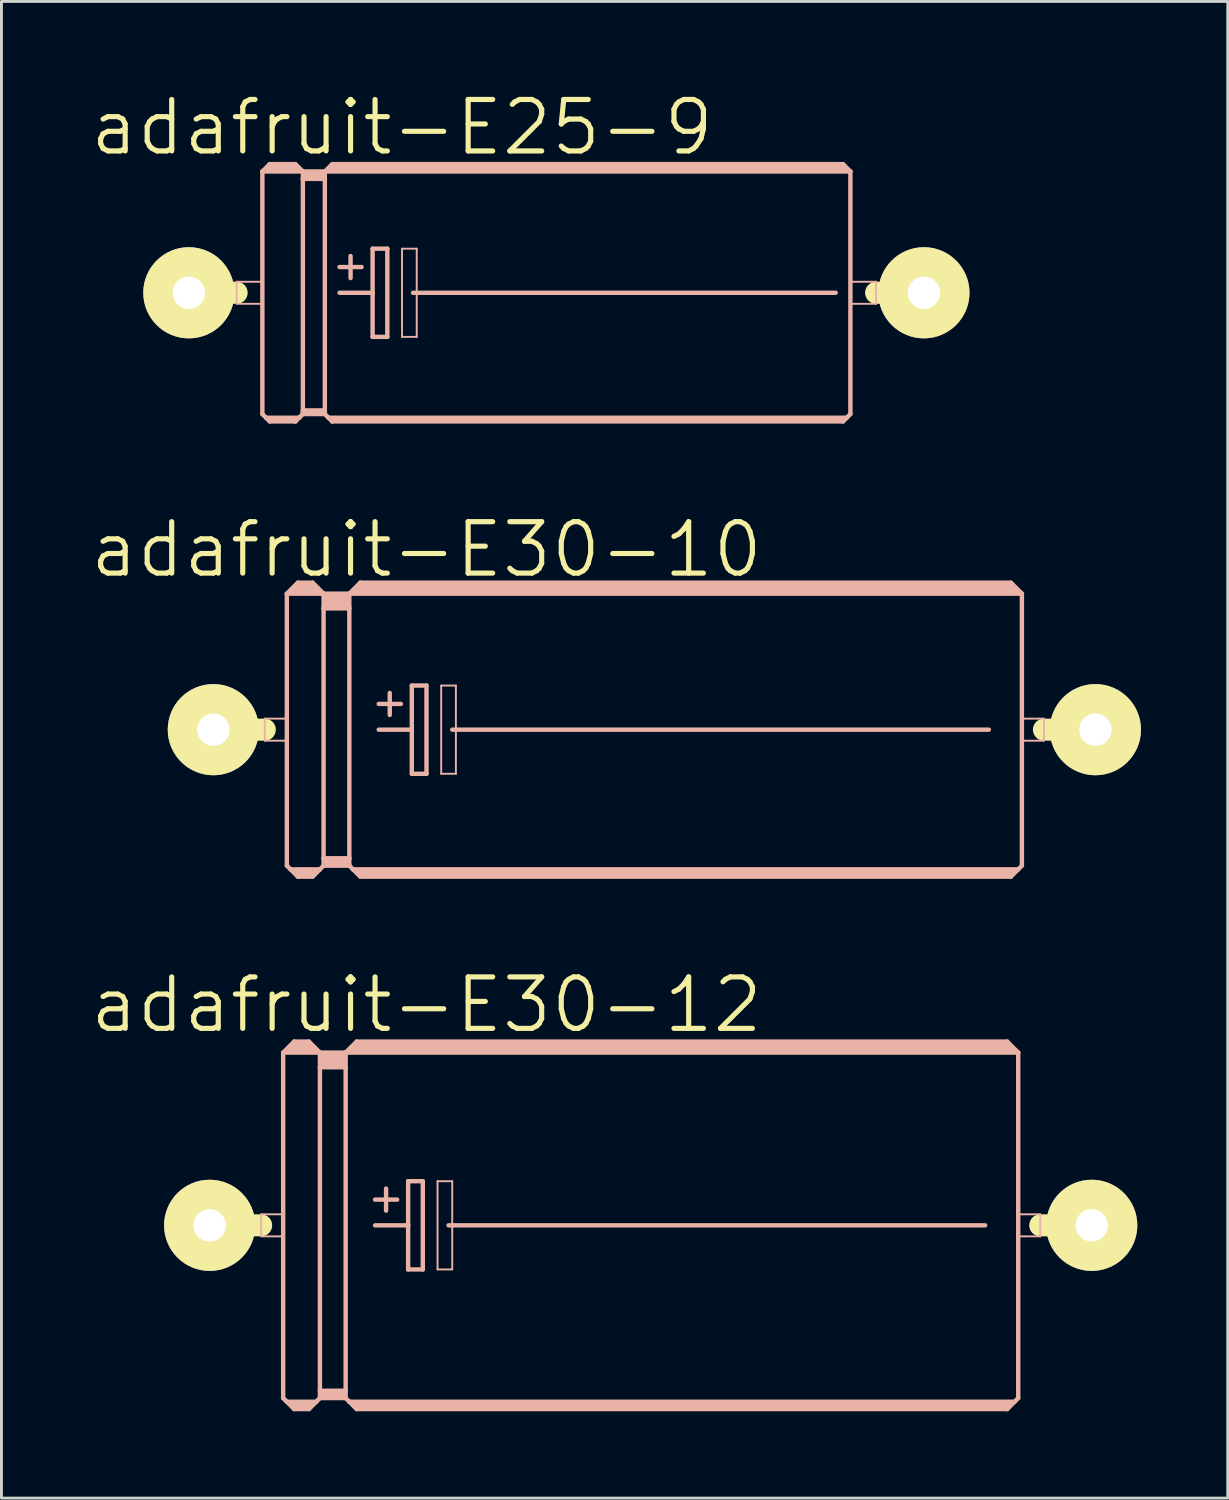
<source format=kicad_pcb>
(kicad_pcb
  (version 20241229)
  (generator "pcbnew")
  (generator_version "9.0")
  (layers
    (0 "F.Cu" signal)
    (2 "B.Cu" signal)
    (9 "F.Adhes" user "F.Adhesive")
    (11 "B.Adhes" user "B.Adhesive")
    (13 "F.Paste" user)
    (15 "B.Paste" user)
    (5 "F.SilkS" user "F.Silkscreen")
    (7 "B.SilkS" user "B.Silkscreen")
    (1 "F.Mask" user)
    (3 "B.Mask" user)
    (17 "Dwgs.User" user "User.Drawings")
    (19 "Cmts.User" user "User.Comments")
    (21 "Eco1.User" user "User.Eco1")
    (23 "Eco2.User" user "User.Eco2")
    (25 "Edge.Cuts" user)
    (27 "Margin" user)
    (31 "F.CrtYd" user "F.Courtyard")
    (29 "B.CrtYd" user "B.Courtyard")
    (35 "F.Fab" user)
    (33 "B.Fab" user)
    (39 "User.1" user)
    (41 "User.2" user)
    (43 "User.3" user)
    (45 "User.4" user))
  (footprint "adafruit-E30-10"
    (layer "F.Cu")
    (at 19.562 22.164)
    (property "Reference" "adafruit-E30-10" (at -7.874 -6.223 0) (layer "F.SilkS") (effects (font (size 1.778 1.778) (thickness 0.178))))
    (attr exclude_from_pos_files exclude_from_bom)
    (fp_line (start -15.24 0) (end -13.462 0) (stroke (width 0.762) (type solid)) (layer "F.SilkS"))
    (fp_line (start 15.24 0) (end 13.462 0) (stroke (width 0.762) (type solid)) (layer "F.SilkS"))
    (fp_line (start -13.462 -0.381) (end -12.7 -0.381) (stroke (width 0.066) (type solid)) (layer "B.SilkS"))
    (fp_line (start -13.462 0.381) (end -13.462 -0.381) (stroke (width 0.066) (type solid)) (layer "B.SilkS"))
    (fp_line (start -13.462 0.381) (end -12.7 0.381) (stroke (width 0.066) (type solid)) (layer "B.SilkS"))
    (fp_line (start -12.7 -4.699) (end -12.7 4.699) (stroke (width 0.152) (type solid)) (layer "B.SilkS"))
    (fp_line (start -12.7 -4.699) (end -12.319 -5.08) (stroke (width 0.152) (type solid)) (layer "B.SilkS"))
    (fp_line (start -12.7 -4.699) (end -11.43 -4.699) (stroke (width 0.152) (type solid)) (layer "B.SilkS"))
    (fp_line (start -12.7 0.381) (end -12.7 -0.381) (stroke (width 0.066) (type solid)) (layer "B.SilkS"))
    (fp_line (start -12.7 4.699) (end -12.573 4.826) (stroke (width 0.152) (type solid)) (layer "B.SilkS"))
    (fp_line (start -12.573 4.826) (end -12.319 5.08) (stroke (width 0.152) (type solid)) (layer "B.SilkS"))
    (fp_line (start -12.573 4.826) (end -11.557 4.826) (stroke (width 0.152) (type solid)) (layer "B.SilkS"))
    (fp_line (start -12.446 -4.826) (end -11.684 -4.826) (stroke (width 0.305) (type solid)) (layer "B.SilkS"))
    (fp_line (start -12.319 -5.08) (end -11.811 -5.08) (stroke (width 0.152) (type solid)) (layer "B.SilkS"))
    (fp_line (start -12.319 -4.953) (end -11.811 -4.953) (stroke (width 0.305) (type solid)) (layer "B.SilkS"))
    (fp_line (start -12.319 4.953) (end -11.811 4.953) (stroke (width 0.305) (type solid)) (layer "B.SilkS"))
    (fp_line (start -12.319 5.08) (end -11.811 5.08) (stroke (width 0.152) (type solid)) (layer "B.SilkS"))
    (fp_line (start -11.557 4.826) (end -11.811 5.08) (stroke (width 0.152) (type solid)) (layer "B.SilkS"))
    (fp_line (start -11.43 -4.699) (end -11.811 -5.08) (stroke (width 0.152) (type solid)) (layer "B.SilkS"))
    (fp_line (start -11.43 -4.699) (end -11.43 -4.191) (stroke (width 0.152) (type solid)) (layer "B.SilkS"))
    (fp_line (start -11.43 -4.699) (end -10.541 -4.699) (stroke (width 0.152) (type solid)) (layer "B.SilkS"))
    (fp_line (start -11.43 -4.191) (end -11.43 4.445) (stroke (width 0.152) (type solid)) (layer "B.SilkS"))
    (fp_line (start -11.43 -4.191) (end -10.541 -4.191) (stroke (width 0.152) (type solid)) (layer "B.SilkS"))
    (fp_line (start -11.43 4.445) (end -11.43 4.699) (stroke (width 0.152) (type solid)) (layer "B.SilkS"))
    (fp_line (start -11.43 4.445) (end -10.541 4.445) (stroke (width 0.152) (type solid)) (layer "B.SilkS"))
    (fp_line (start -11.43 4.699) (end -11.557 4.826) (stroke (width 0.152) (type solid)) (layer "B.SilkS"))
    (fp_line (start -11.43 4.699) (end -10.541 4.699) (stroke (width 0.152) (type solid)) (layer "B.SilkS"))
    (fp_line (start -11.303 -4.572) (end -10.668 -4.572) (stroke (width 0.305) (type solid)) (layer "B.SilkS"))
    (fp_line (start -11.303 -4.318) (end -10.668 -4.318) (stroke (width 0.305) (type solid)) (layer "B.SilkS"))
    (fp_line (start -11.303 4.572) (end -10.668 4.572) (stroke (width 0.305) (type solid)) (layer "B.SilkS"))
    (fp_line (start -10.541 -4.699) (end -10.541 -4.191) (stroke (width 0.152) (type solid)) (layer "B.SilkS"))
    (fp_line (start -10.541 -4.699) (end -10.16 -5.08) (stroke (width 0.152) (type solid)) (layer "B.SilkS"))
    (fp_line (start -10.541 -4.699) (end 12.7 -4.699) (stroke (width 0.152) (type solid)) (layer "B.SilkS"))
    (fp_line (start -10.541 -4.191) (end -10.541 4.445) (stroke (width 0.152) (type solid)) (layer "B.SilkS"))
    (fp_line (start -10.541 4.445) (end -10.541 4.699) (stroke (width 0.152) (type solid)) (layer "B.SilkS"))
    (fp_line (start -10.414 4.826) (end -10.541 4.699) (stroke (width 0.152) (type solid)) (layer "B.SilkS"))
    (fp_line (start -10.414 4.826) (end 12.573 4.826) (stroke (width 0.152) (type solid)) (layer "B.SilkS"))
    (fp_line (start -10.287 -4.826) (end 12.446 -4.826) (stroke (width 0.305) (type solid)) (layer "B.SilkS"))
    (fp_line (start -10.16 -4.953) (end 12.319 -4.953) (stroke (width 0.305) (type solid)) (layer "B.SilkS"))
    (fp_line (start -10.16 4.953) (end 12.319 4.953) (stroke (width 0.305) (type solid)) (layer "B.SilkS"))
    (fp_line (start -10.16 5.08) (end -10.414 4.826) (stroke (width 0.152) (type solid)) (layer "B.SilkS"))
    (fp_line (start -9.525 -0.889) (end -8.76 -0.889) (stroke (width 0.152) (type solid)) (layer "B.SilkS"))
    (fp_line (start -9.525 0) (end -8.382 0) (stroke (width 0.152) (type solid)) (layer "B.SilkS"))
    (fp_line (start -9.144 -1.27) (end -9.144 -0.508) (stroke (width 0.152) (type solid)) (layer "B.SilkS"))
    (fp_line (start -8.382 -1.524) (end -8.382 0) (stroke (width 0.152) (type solid)) (layer "B.SilkS"))
    (fp_line (start -8.382 0) (end -8.382 1.524) (stroke (width 0.152) (type solid)) (layer "B.SilkS"))
    (fp_line (start -8.382 1.524) (end -7.874 1.524) (stroke (width 0.152) (type solid)) (layer "B.SilkS"))
    (fp_line (start -7.874 -1.524) (end -8.382 -1.524) (stroke (width 0.152) (type solid)) (layer "B.SilkS"))
    (fp_line (start -7.874 1.524) (end -7.874 -1.524) (stroke (width 0.152) (type solid)) (layer "B.SilkS"))
    (fp_line (start -7.366 -1.524) (end -6.858 -1.524) (stroke (width 0.066) (type solid)) (layer "B.SilkS"))
    (fp_line (start -7.366 1.524) (end -7.366 -1.524) (stroke (width 0.066) (type solid)) (layer "B.SilkS"))
    (fp_line (start -7.366 1.524) (end -6.858 1.524) (stroke (width 0.066) (type solid)) (layer "B.SilkS"))
    (fp_line (start -6.985 0) (end 11.557 0) (stroke (width 0.152) (type solid)) (layer "B.SilkS"))
    (fp_line (start -6.858 1.524) (end -6.858 -1.524) (stroke (width 0.066) (type solid)) (layer "B.SilkS"))
    (fp_line (start 12.319 -5.08) (end -10.16 -5.08) (stroke (width 0.152) (type solid)) (layer "B.SilkS"))
    (fp_line (start 12.319 5.08) (end -10.16 5.08) (stroke (width 0.152) (type solid)) (layer "B.SilkS"))
    (fp_line (start 12.573 4.826) (end 12.319 5.08) (stroke (width 0.152) (type solid)) (layer "B.SilkS"))
    (fp_line (start 12.7 -4.699) (end 12.319 -5.08) (stroke (width 0.152) (type solid)) (layer "B.SilkS"))
    (fp_line (start 12.7 -4.699) (end 12.7 4.699) (stroke (width 0.152) (type solid)) (layer "B.SilkS"))
    (fp_line (start 12.7 -0.381) (end 13.462 -0.381) (stroke (width 0.066) (type solid)) (layer "B.SilkS"))
    (fp_line (start 12.7 0.381) (end 12.7 -0.381) (stroke (width 0.066) (type solid)) (layer "B.SilkS"))
    (fp_line (start 12.7 0.381) (end 13.462 0.381) (stroke (width 0.066) (type solid)) (layer "B.SilkS"))
    (fp_line (start 12.7 4.699) (end 12.573 4.826) (stroke (width 0.152) (type solid)) (layer "B.SilkS"))
    (fp_line (start 13.462 0.381) (end 13.462 -0.381) (stroke (width 0.066) (type solid)) (layer "B.SilkS"))
    (pad "+" thru_hole circle (at -15.24 0) (size 3.15 3.15) (drill 1.118) (layers "*.Cu" "F.Mask" "F.SilkS" "F.Paste"))
    (pad "-" thru_hole circle (at 15.24 0) (size 3.15 3.15) (drill 1.118) (layers "*.Cu" "F.Mask" "F.SilkS" "F.Paste")))
  (footprint "adafruit-E25-9"
    (layer "F.Cu")
    (at 16.176 7.067)
    (property "Reference" "adafruit-E25-9" (at -5.334 -5.715 0) (layer "F.SilkS") (effects (font (size 1.778 1.778) (thickness 0.178))))
    (attr exclude_from_pos_files exclude_from_bom)
    (fp_line (start -12.7 0) (end -11.049 0) (stroke (width 0.762) (type solid)) (layer "F.SilkS"))
    (fp_line (start 12.7 0) (end 11.049 0) (stroke (width 0.762) (type solid)) (layer "F.SilkS"))
    (fp_line (start -11.049 -0.381) (end -10.16 -0.381) (stroke (width 0.066) (type solid)) (layer "B.SilkS"))
    (fp_line (start -11.049 0.381) (end -11.049 -0.381) (stroke (width 0.066) (type solid)) (layer "B.SilkS"))
    (fp_line (start -11.049 0.381) (end -10.16 0.381) (stroke (width 0.066) (type solid)) (layer "B.SilkS"))
    (fp_line (start -10.16 -4.191) (end -10.16 4.191) (stroke (width 0.152) (type solid)) (layer "B.SilkS"))
    (fp_line (start -10.16 -4.191) (end -9.906 -4.445) (stroke (width 0.152) (type solid)) (layer "B.SilkS"))
    (fp_line (start -10.16 -4.191) (end -8.76 -4.191) (stroke (width 0.152) (type solid)) (layer "B.SilkS"))
    (fp_line (start -10.16 0.381) (end -10.16 -0.381) (stroke (width 0.066) (type solid)) (layer "B.SilkS"))
    (fp_line (start -10.16 4.191) (end -10.033 4.318) (stroke (width 0.152) (type solid)) (layer "B.SilkS"))
    (fp_line (start -10.033 4.318) (end -9.906 4.445) (stroke (width 0.152) (type solid)) (layer "B.SilkS"))
    (fp_line (start -10.033 4.318) (end -8.89 4.318) (stroke (width 0.152) (type solid)) (layer "B.SilkS"))
    (fp_line (start -9.906 -4.445) (end -9.017 -4.445) (stroke (width 0.152) (type solid)) (layer "B.SilkS"))
    (fp_line (start -9.906 -4.318) (end -9.017 -4.318) (stroke (width 0.305) (type solid)) (layer "B.SilkS"))
    (fp_line (start -9.906 4.392) (end -9.017 4.392) (stroke (width 0.152) (type solid)) (layer "B.SilkS"))
    (fp_line (start -9.906 4.445) (end -9.017 4.445) (stroke (width 0.152) (type solid)) (layer "B.SilkS"))
    (fp_line (start -9.017 -4.445) (end -8.76 -4.191) (stroke (width 0.152) (type solid)) (layer "B.SilkS"))
    (fp_line (start -9.017 4.392) (end -9.017 4.445) (stroke (width 0.152) (type solid)) (layer "B.SilkS"))
    (fp_line (start -9.017 4.445) (end -8.89 4.318) (stroke (width 0.152) (type solid)) (layer "B.SilkS"))
    (fp_line (start -8.89 4.318) (end -8.76 4.191) (stroke (width 0.152) (type solid)) (layer "B.SilkS"))
    (fp_line (start -8.76 -4.191) (end -8.76 -3.937) (stroke (width 0.152) (type solid)) (layer "B.SilkS"))
    (fp_line (start -8.76 -3.937) (end -8.001 -3.937) (stroke (width 0.152) (type solid)) (layer "B.SilkS"))
    (fp_line (start -8.76 4.064) (end -8.76 -3.937) (stroke (width 0.152) (type solid)) (layer "B.SilkS"))
    (fp_line (start -8.76 4.064) (end -8.001 4.064) (stroke (width 0.152) (type solid)) (layer "B.SilkS"))
    (fp_line (start -8.76 4.14) (end -8.76 4.064) (stroke (width 0.152) (type solid)) (layer "B.SilkS"))
    (fp_line (start -8.76 4.14) (end -8.001 4.14) (stroke (width 0.152) (type solid)) (layer "B.SilkS"))
    (fp_line (start -8.76 4.191) (end -8.76 4.14) (stroke (width 0.152) (type solid)) (layer "B.SilkS"))
    (fp_line (start -8.636 -4.064) (end -8.128 -4.064) (stroke (width 0.305) (type solid)) (layer "B.SilkS"))
    (fp_line (start -8.001 -4.191) (end -8.76 -4.191) (stroke (width 0.152) (type solid)) (layer "B.SilkS"))
    (fp_line (start -8.001 -4.191) (end -8.001 -3.937) (stroke (width 0.152) (type solid)) (layer "B.SilkS"))
    (fp_line (start -8.001 -4.191) (end 10.16 -4.191) (stroke (width 0.152) (type solid)) (layer "B.SilkS"))
    (fp_line (start -8.001 4.064) (end -8.001 -3.937) (stroke (width 0.152) (type solid)) (layer "B.SilkS"))
    (fp_line (start -8.001 4.14) (end -8.001 4.064) (stroke (width 0.152) (type solid)) (layer "B.SilkS"))
    (fp_line (start -8.001 4.191) (end -8.76 4.191) (stroke (width 0.152) (type solid)) (layer "B.SilkS"))
    (fp_line (start -8.001 4.191) (end -8.001 4.14) (stroke (width 0.152) (type solid)) (layer "B.SilkS"))
    (fp_line (start -7.874 4.318) (end -8.001 4.191) (stroke (width 0.152) (type solid)) (layer "B.SilkS"))
    (fp_line (start -7.874 4.318) (end 10.033 4.318) (stroke (width 0.152) (type solid)) (layer "B.SilkS"))
    (fp_line (start -7.747 -4.445) (end -8.001 -4.191) (stroke (width 0.152) (type solid)) (layer "B.SilkS"))
    (fp_line (start -7.747 -4.445) (end 9.906 -4.445) (stroke (width 0.152) (type solid)) (layer "B.SilkS"))
    (fp_line (start -7.747 -4.318) (end 9.906 -4.318) (stroke (width 0.305) (type solid)) (layer "B.SilkS"))
    (fp_line (start -7.747 4.392) (end 9.906 4.392) (stroke (width 0.152) (type solid)) (layer "B.SilkS"))
    (fp_line (start -7.747 4.445) (end -7.874 4.318) (stroke (width 0.152) (type solid)) (layer "B.SilkS"))
    (fp_line (start -7.747 4.445) (end -7.747 4.392) (stroke (width 0.152) (type solid)) (layer "B.SilkS"))
    (fp_line (start -7.747 4.445) (end 9.906 4.445) (stroke (width 0.152) (type solid)) (layer "B.SilkS"))
    (fp_line (start -7.493 -0.889) (end -6.731 -0.889) (stroke (width 0.152) (type solid)) (layer "B.SilkS"))
    (fp_line (start -7.493 0) (end -6.35 0) (stroke (width 0.152) (type solid)) (layer "B.SilkS"))
    (fp_line (start -7.112 -1.27) (end -7.112 -0.508) (stroke (width 0.152) (type solid)) (layer "B.SilkS"))
    (fp_line (start -6.35 -1.524) (end -6.35 0) (stroke (width 0.152) (type solid)) (layer "B.SilkS"))
    (fp_line (start -6.35 0) (end -6.35 1.524) (stroke (width 0.152) (type solid)) (layer "B.SilkS"))
    (fp_line (start -6.35 1.524) (end -5.842 1.524) (stroke (width 0.152) (type solid)) (layer "B.SilkS"))
    (fp_line (start -5.842 -1.524) (end -6.35 -1.524) (stroke (width 0.152) (type solid)) (layer "B.SilkS"))
    (fp_line (start -5.842 1.524) (end -5.842 -1.524) (stroke (width 0.152) (type solid)) (layer "B.SilkS"))
    (fp_line (start -5.334 -1.524) (end -4.826 -1.524) (stroke (width 0.066) (type solid)) (layer "B.SilkS"))
    (fp_line (start -5.334 1.524) (end -5.334 -1.524) (stroke (width 0.066) (type solid)) (layer "B.SilkS"))
    (fp_line (start -5.334 1.524) (end -4.826 1.524) (stroke (width 0.066) (type solid)) (layer "B.SilkS"))
    (fp_line (start -4.953 0) (end 9.652 0) (stroke (width 0.152) (type solid)) (layer "B.SilkS"))
    (fp_line (start -4.826 1.524) (end -4.826 -1.524) (stroke (width 0.066) (type solid)) (layer "B.SilkS"))
    (fp_line (start 9.906 -4.445) (end 10.16 -4.191) (stroke (width 0.152) (type solid)) (layer "B.SilkS"))
    (fp_line (start 9.906 4.445) (end 10.033 4.318) (stroke (width 0.152) (type solid)) (layer "B.SilkS"))
    (fp_line (start 10.033 4.318) (end 10.16 4.191) (stroke (width 0.152) (type solid)) (layer "B.SilkS"))
    (fp_line (start 10.16 -0.381) (end 11.049 -0.381) (stroke (width 0.066) (type solid)) (layer "B.SilkS"))
    (fp_line (start 10.16 0.381) (end 10.16 -0.381) (stroke (width 0.066) (type solid)) (layer "B.SilkS"))
    (fp_line (start 10.16 0.381) (end 11.049 0.381) (stroke (width 0.066) (type solid)) (layer "B.SilkS"))
    (fp_line (start 10.16 4.191) (end 10.16 -4.191) (stroke (width 0.152) (type solid)) (layer "B.SilkS"))
    (fp_line (start 11.049 0.381) (end 11.049 -0.381) (stroke (width 0.066) (type solid)) (layer "B.SilkS"))
    (pad "+" thru_hole circle (at -12.7 0) (size 3.15 3.15) (drill 1.118) (layers "*.Cu" "F.Mask" "F.SilkS" "F.Paste"))
    (pad "-" thru_hole circle (at 12.7 0) (size 3.15 3.15) (drill 1.118) (layers "*.Cu" "F.Mask" "F.SilkS" "F.Paste")))
  (footprint "adafruit-E30-12"
    (layer "F.Cu")
    (at 19.435 39.292)
    (property "Reference" "adafruit-E30-12" (at -7.747 -7.62 0) (layer "F.SilkS") (effects (font (size 1.778 1.778) (thickness 0.178))))
    (attr exclude_from_pos_files exclude_from_bom)
    (fp_line (start -15.24 0) (end -13.462 0) (stroke (width 0.762) (type solid)) (layer "F.SilkS"))
    (fp_line (start 15.24 0) (end 13.462 0) (stroke (width 0.762) (type solid)) (layer "F.SilkS"))
    (fp_line (start -13.462 -0.381) (end -12.7 -0.381) (stroke (width 0.066) (type solid)) (layer "B.SilkS"))
    (fp_line (start -13.462 0.381) (end -13.462 -0.381) (stroke (width 0.066) (type solid)) (layer "B.SilkS"))
    (fp_line (start -13.462 0.381) (end -12.7 0.381) (stroke (width 0.066) (type solid)) (layer "B.SilkS"))
    (fp_line (start -12.7 -5.969) (end -12.7 5.969) (stroke (width 0.152) (type solid)) (layer "B.SilkS"))
    (fp_line (start -12.7 -5.969) (end -12.319 -6.35) (stroke (width 0.152) (type solid)) (layer "B.SilkS"))
    (fp_line (start -12.7 -5.969) (end -11.43 -5.969) (stroke (width 0.152) (type solid)) (layer "B.SilkS"))
    (fp_line (start -12.7 0.381) (end -12.7 -0.381) (stroke (width 0.066) (type solid)) (layer "B.SilkS"))
    (fp_line (start -12.7 5.969) (end -12.573 6.096) (stroke (width 0.152) (type solid)) (layer "B.SilkS"))
    (fp_line (start -12.573 6.096) (end -12.319 6.35) (stroke (width 0.152) (type solid)) (layer "B.SilkS"))
    (fp_line (start -12.573 6.096) (end -11.557 6.096) (stroke (width 0.152) (type solid)) (layer "B.SilkS"))
    (fp_line (start -12.446 -6.096) (end -11.684 -6.096) (stroke (width 0.305) (type solid)) (layer "B.SilkS"))
    (fp_line (start -12.319 -6.35) (end -11.811 -6.35) (stroke (width 0.152) (type solid)) (layer "B.SilkS"))
    (fp_line (start -12.319 -6.223) (end -11.811 -6.223) (stroke (width 0.305) (type solid)) (layer "B.SilkS"))
    (fp_line (start -12.319 6.223) (end -11.811 6.223) (stroke (width 0.305) (type solid)) (layer "B.SilkS"))
    (fp_line (start -12.319 6.35) (end -11.811 6.35) (stroke (width 0.152) (type solid)) (layer "B.SilkS"))
    (fp_line (start -11.557 6.096) (end -11.811 6.35) (stroke (width 0.152) (type solid)) (layer "B.SilkS"))
    (fp_line (start -11.43 -5.969) (end -11.811 -6.35) (stroke (width 0.152) (type solid)) (layer "B.SilkS"))
    (fp_line (start -11.43 -5.969) (end -11.43 -5.461) (stroke (width 0.152) (type solid)) (layer "B.SilkS"))
    (fp_line (start -11.43 -5.969) (end -10.541 -5.969) (stroke (width 0.152) (type solid)) (layer "B.SilkS"))
    (fp_line (start -11.43 -5.461) (end -11.43 5.715) (stroke (width 0.152) (type solid)) (layer "B.SilkS"))
    (fp_line (start -11.43 -5.461) (end -10.541 -5.461) (stroke (width 0.152) (type solid)) (layer "B.SilkS"))
    (fp_line (start -11.43 5.715) (end -11.43 5.969) (stroke (width 0.152) (type solid)) (layer "B.SilkS"))
    (fp_line (start -11.43 5.715) (end -10.541 5.715) (stroke (width 0.152) (type solid)) (layer "B.SilkS"))
    (fp_line (start -11.43 5.969) (end -11.557 6.096) (stroke (width 0.152) (type solid)) (layer "B.SilkS"))
    (fp_line (start -11.43 5.969) (end -10.541 5.969) (stroke (width 0.152) (type solid)) (layer "B.SilkS"))
    (fp_line (start -11.303 -5.842) (end -10.668 -5.842) (stroke (width 0.305) (type solid)) (layer "B.SilkS"))
    (fp_line (start -11.303 -5.588) (end -10.668 -5.588) (stroke (width 0.305) (type solid)) (layer "B.SilkS"))
    (fp_line (start -11.303 5.842) (end -10.668 5.842) (stroke (width 0.305) (type solid)) (layer "B.SilkS"))
    (fp_line (start -10.541 -5.969) (end -10.541 -5.461) (stroke (width 0.152) (type solid)) (layer "B.SilkS"))
    (fp_line (start -10.541 -5.969) (end -10.16 -6.35) (stroke (width 0.152) (type solid)) (layer "B.SilkS"))
    (fp_line (start -10.541 -5.969) (end 12.7 -5.969) (stroke (width 0.152) (type solid)) (layer "B.SilkS"))
    (fp_line (start -10.541 -5.461) (end -10.541 5.715) (stroke (width 0.152) (type solid)) (layer "B.SilkS"))
    (fp_line (start -10.541 5.715) (end -10.541 5.969) (stroke (width 0.152) (type solid)) (layer "B.SilkS"))
    (fp_line (start -10.414 6.096) (end -10.541 5.969) (stroke (width 0.152) (type solid)) (layer "B.SilkS"))
    (fp_line (start -10.414 6.096) (end 12.573 6.096) (stroke (width 0.152) (type solid)) (layer "B.SilkS"))
    (fp_line (start -10.287 -6.096) (end 12.446 -6.096) (stroke (width 0.305) (type solid)) (layer "B.SilkS"))
    (fp_line (start -10.16 -6.223) (end 12.319 -6.223) (stroke (width 0.305) (type solid)) (layer "B.SilkS"))
    (fp_line (start -10.16 6.223) (end 12.319 6.223) (stroke (width 0.305) (type solid)) (layer "B.SilkS"))
    (fp_line (start -10.16 6.35) (end -10.414 6.096) (stroke (width 0.152) (type solid)) (layer "B.SilkS"))
    (fp_line (start -9.525 -0.889) (end -8.76 -0.889) (stroke (width 0.152) (type solid)) (layer "B.SilkS"))
    (fp_line (start -9.525 0) (end -8.382 0) (stroke (width 0.152) (type solid)) (layer "B.SilkS"))
    (fp_line (start -9.144 -1.27) (end -9.144 -0.508) (stroke (width 0.152) (type solid)) (layer "B.SilkS"))
    (fp_line (start -8.382 -1.524) (end -8.382 0) (stroke (width 0.152) (type solid)) (layer "B.SilkS"))
    (fp_line (start -8.382 0) (end -8.382 1.524) (stroke (width 0.152) (type solid)) (layer "B.SilkS"))
    (fp_line (start -8.382 1.524) (end -7.874 1.524) (stroke (width 0.152) (type solid)) (layer "B.SilkS"))
    (fp_line (start -7.874 -1.524) (end -8.382 -1.524) (stroke (width 0.152) (type solid)) (layer "B.SilkS"))
    (fp_line (start -7.874 1.524) (end -7.874 -1.524) (stroke (width 0.152) (type solid)) (layer "B.SilkS"))
    (fp_line (start -7.366 -1.524) (end -6.858 -1.524) (stroke (width 0.066) (type solid)) (layer "B.SilkS"))
    (fp_line (start -7.366 1.524) (end -7.366 -1.524) (stroke (width 0.066) (type solid)) (layer "B.SilkS"))
    (fp_line (start -7.366 1.524) (end -6.858 1.524) (stroke (width 0.066) (type solid)) (layer "B.SilkS"))
    (fp_line (start -6.985 0) (end 11.557 0) (stroke (width 0.152) (type solid)) (layer "B.SilkS"))
    (fp_line (start -6.858 1.524) (end -6.858 -1.524) (stroke (width 0.066) (type solid)) (layer "B.SilkS"))
    (fp_line (start 12.319 -6.35) (end -10.16 -6.35) (stroke (width 0.152) (type solid)) (layer "B.SilkS"))
    (fp_line (start 12.319 6.35) (end -10.16 6.35) (stroke (width 0.152) (type solid)) (layer "B.SilkS"))
    (fp_line (start 12.573 6.096) (end 12.319 6.35) (stroke (width 0.152) (type solid)) (layer "B.SilkS"))
    (fp_line (start 12.7 -5.969) (end 12.319 -6.35) (stroke (width 0.152) (type solid)) (layer "B.SilkS"))
    (fp_line (start 12.7 -5.969) (end 12.7 5.969) (stroke (width 0.152) (type solid)) (layer "B.SilkS"))
    (fp_line (start 12.7 -0.381) (end 13.462 -0.381) (stroke (width 0.066) (type solid)) (layer "B.SilkS"))
    (fp_line (start 12.7 0.381) (end 12.7 -0.381) (stroke (width 0.066) (type solid)) (layer "B.SilkS"))
    (fp_line (start 12.7 0.381) (end 13.462 0.381) (stroke (width 0.066) (type solid)) (layer "B.SilkS"))
    (fp_line (start 12.7 5.969) (end 12.573 6.096) (stroke (width 0.152) (type solid)) (layer "B.SilkS"))
    (fp_line (start 13.462 0.381) (end 13.462 -0.381) (stroke (width 0.066) (type solid)) (layer "B.SilkS"))
    (pad "+" thru_hole circle (at -15.24 0) (size 3.15 3.15) (drill 1.118) (layers "*.Cu" "F.Mask" "F.SilkS" "F.Paste"))
    (pad "-" thru_hole circle (at 15.24 0) (size 3.15 3.15) (drill 1.118) (layers "*.Cu" "F.Mask" "F.SilkS" "F.Paste")))
  (gr_rect
    (start -3 -3)
    (end 39.377 48.718)
    (stroke (width 0.1) (type default))
    (fill no)
    (layer "Edge.Cuts")))
</source>
